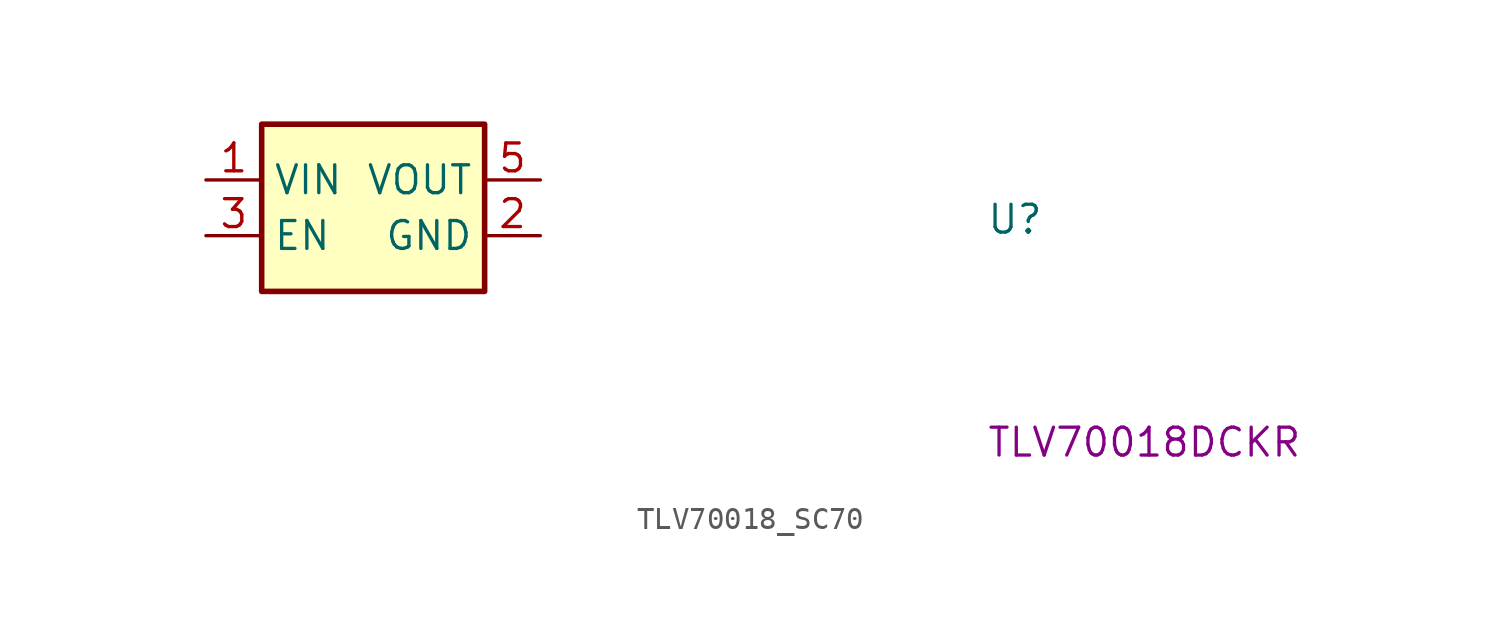
<source format=kicad_sym>
(kicad_symbol_lib
  (version 20211014)
  (generator kicad_symbol_editor)
  (symbol "TLV70018_SC70"
    (property "Reference" "U"
      (at 35.56 -2.54 0)
      (effects (font (size 1.27 1.27) (thickness 0.15)) (justify left bottom)))
    (property "MPN" "TLV70018DCKR"
      (at 35.56 -12.7 0)
      (effects (font (size 1.27 1.27) (thickness 0.15)) (justify left bottom)))
    (symbol "TLV70018_SC70_1_1"
      (rectangle (start 2.54 2.54) (end 12.7 -5.08) (stroke (width 0.254) (type default) (color 0 0 0 0)) (fill (type background)))
      (pin power_in line (at 0 0 0) (length 2.54) (name "VIN" (effects (font (size 1.27 1.27)))) (number "1" (effects (font (size 1.27 1.27)))))
      (pin power_in line (at 15.24 -2.54 180) (length 2.54) (name "GND" (effects (font (size 1.27 1.27)))) (number "2" (effects (font (size 1.27 1.27)))))
      (pin input line (at 0 -2.54 0) (length 2.54) (name "EN" (effects (font (size 1.27 1.27)))) (number "3" (effects (font (size 1.27 1.27)))))
      (pin no_connect line (at 2.54 -3.81 0) (length 2.54) hide (name "" (effects (font (size 1.27 1.27)))) (number "4" (effects (font (size 1.27 1.27)))))
      (pin power_out line (at 15.24 0 180) (length 2.54) (name "VOUT" (effects (font (size 1.27 1.27)))) (number "5" (effects (font (size 1.27 1.27))))))))
</source>
